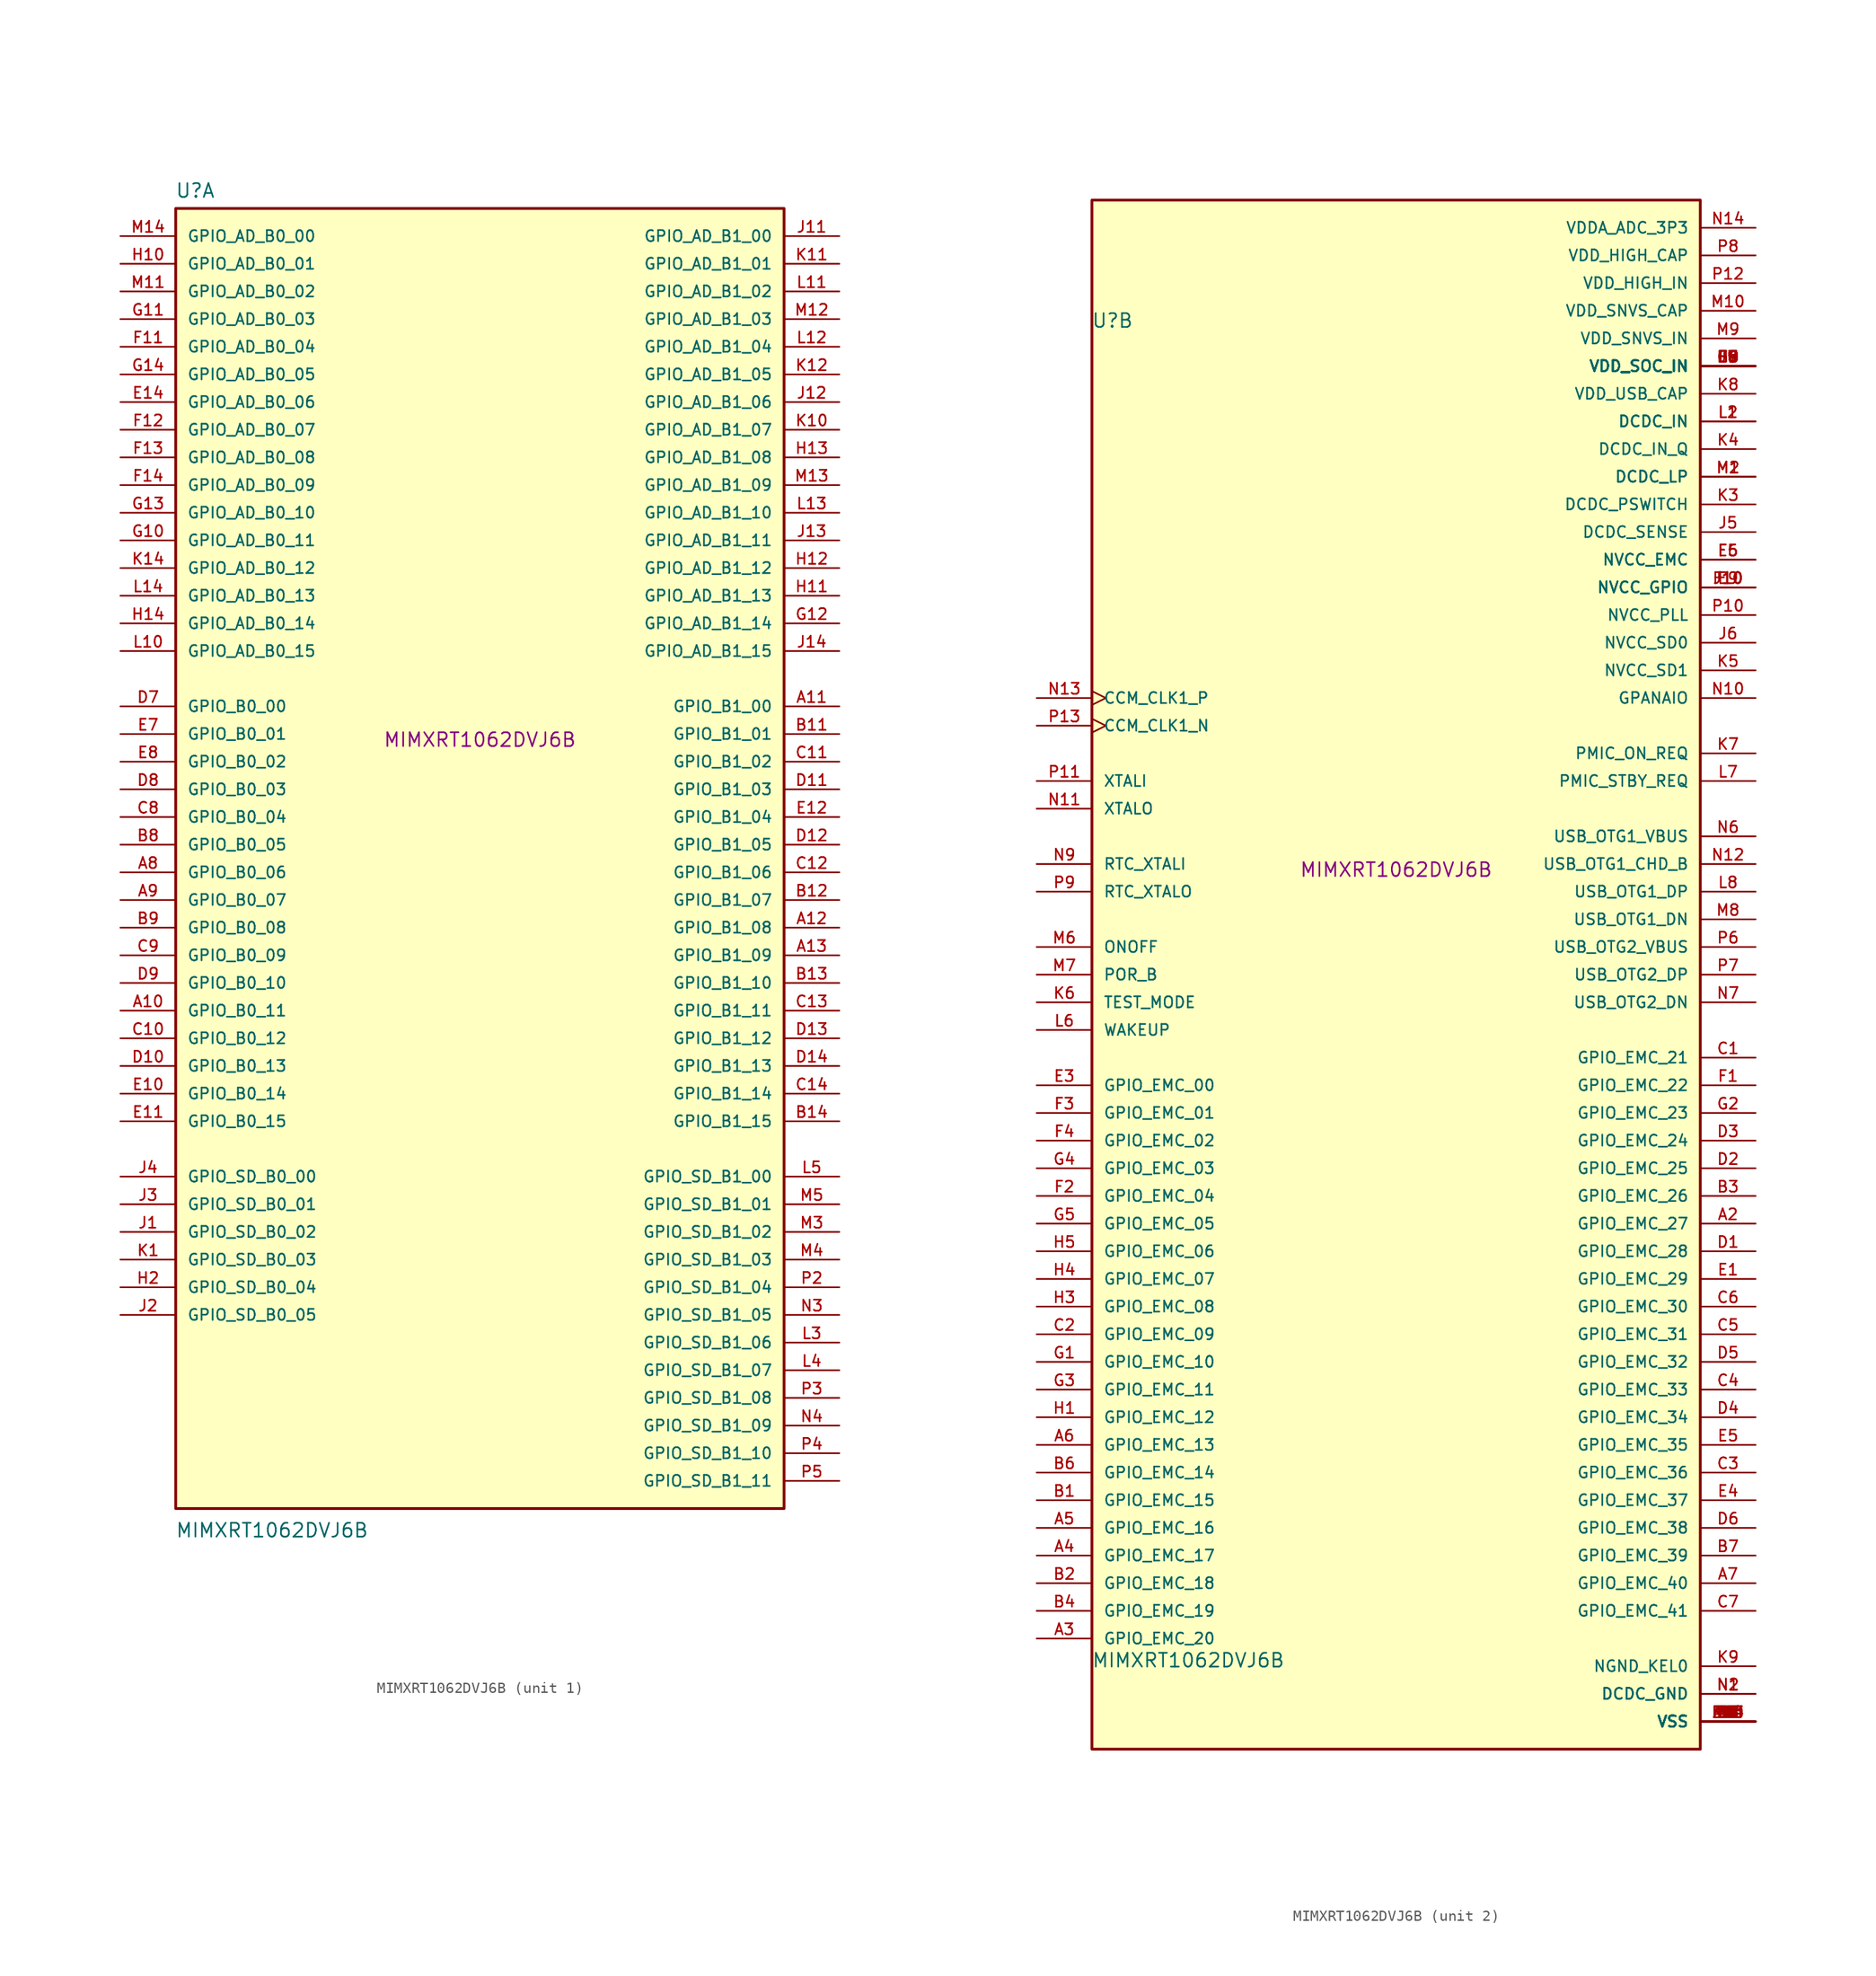
<source format=kicad_sym>
(kicad_symbol_lib
  (version 20220914)
  (generator kicad_symbol_editor)
  (symbol "MIMXRT1062DVJ6B"
    (pin_names
      (offset 1.016))
    (property "Reference" "U"
      (at -28.001 59.312 0)
      (effects (font (size 1.27 1.27)) (justify left bottom)))
    (property "Value" "MIMXRT1062DVJ6B"
      (at -27.986 -63.702 0)
      (effects (font (size 1.27 1.27)) (justify left bottom)))
    (property "MP" "MIMXRT1062DVJ6B"
      (at 0 8.89 0)
      (effects (font (size 1.27 1.27)) (justify bottom)))
    (symbol "MIMXRT1062DVJ6B_1_0"
      (rectangle (start -27.94 58.42) (end 27.94 -60.96) (stroke (width 0.254) (type default)) (fill (type background)))
      (pin bidirectional line (at -33.02 -15.24 0) (length 5.08) (name "GPIO_B0_11" (effects (font (size 1.016 1.016)))) (number "A10" (effects (font (size 1.016 1.016)))))
      (pin bidirectional line (at 33.02 12.7 180) (length 5.08) (name "GPIO_B1_00" (effects (font (size 1.016 1.016)))) (number "A11" (effects (font (size 1.016 1.016)))))
      (pin bidirectional line (at 33.02 -7.62 180) (length 5.08) (name "GPIO_B1_08" (effects (font (size 1.016 1.016)))) (number "A12" (effects (font (size 1.016 1.016)))))
      (pin bidirectional line (at 33.02 -10.16 180) (length 5.08) (name "GPIO_B1_09" (effects (font (size 1.016 1.016)))) (number "A13" (effects (font (size 1.016 1.016)))))
      (pin bidirectional line (at -33.02 -2.54 0) (length 5.08) (name "GPIO_B0_06" (effects (font (size 1.016 1.016)))) (number "A8" (effects (font (size 1.016 1.016)))))
      (pin bidirectional line (at -33.02 -5.08 0) (length 5.08) (name "GPIO_B0_07" (effects (font (size 1.016 1.016)))) (number "A9" (effects (font (size 1.016 1.016)))))
      (pin bidirectional line (at 33.02 10.16 180) (length 5.08) (name "GPIO_B1_01" (effects (font (size 1.016 1.016)))) (number "B11" (effects (font (size 1.016 1.016)))))
      (pin bidirectional line (at 33.02 -5.08 180) (length 5.08) (name "GPIO_B1_07" (effects (font (size 1.016 1.016)))) (number "B12" (effects (font (size 1.016 1.016)))))
      (pin bidirectional line (at 33.02 -12.7 180) (length 5.08) (name "GPIO_B1_10" (effects (font (size 1.016 1.016)))) (number "B13" (effects (font (size 1.016 1.016)))))
      (pin bidirectional line (at 33.02 -25.4 180) (length 5.08) (name "GPIO_B1_15" (effects (font (size 1.016 1.016)))) (number "B14" (effects (font (size 1.016 1.016)))))
      (pin bidirectional line (at -33.02 0 0) (length 5.08) (name "GPIO_B0_05" (effects (font (size 1.016 1.016)))) (number "B8" (effects (font (size 1.016 1.016)))))
      (pin bidirectional line (at -33.02 -7.62 0) (length 5.08) (name "GPIO_B0_08" (effects (font (size 1.016 1.016)))) (number "B9" (effects (font (size 1.016 1.016)))))
      (pin bidirectional line (at -33.02 -17.78 0) (length 5.08) (name "GPIO_B0_12" (effects (font (size 1.016 1.016)))) (number "C10" (effects (font (size 1.016 1.016)))))
      (pin bidirectional line (at 33.02 7.62 180) (length 5.08) (name "GPIO_B1_02" (effects (font (size 1.016 1.016)))) (number "C11" (effects (font (size 1.016 1.016)))))
      (pin bidirectional line (at 33.02 -2.54 180) (length 5.08) (name "GPIO_B1_06" (effects (font (size 1.016 1.016)))) (number "C12" (effects (font (size 1.016 1.016)))))
      (pin bidirectional line (at 33.02 -15.24 180) (length 5.08) (name "GPIO_B1_11" (effects (font (size 1.016 1.016)))) (number "C13" (effects (font (size 1.016 1.016)))))
      (pin bidirectional line (at 33.02 -22.86 180) (length 5.08) (name "GPIO_B1_14" (effects (font (size 1.016 1.016)))) (number "C14" (effects (font (size 1.016 1.016)))))
      (pin bidirectional line (at -33.02 2.54 0) (length 5.08) (name "GPIO_B0_04" (effects (font (size 1.016 1.016)))) (number "C8" (effects (font (size 1.016 1.016)))))
      (pin bidirectional line (at -33.02 -10.16 0) (length 5.08) (name "GPIO_B0_09" (effects (font (size 1.016 1.016)))) (number "C9" (effects (font (size 1.016 1.016)))))
      (pin bidirectional line (at -33.02 -20.32 0) (length 5.08) (name "GPIO_B0_13" (effects (font (size 1.016 1.016)))) (number "D10" (effects (font (size 1.016 1.016)))))
      (pin bidirectional line (at 33.02 5.08 180) (length 5.08) (name "GPIO_B1_03" (effects (font (size 1.016 1.016)))) (number "D11" (effects (font (size 1.016 1.016)))))
      (pin bidirectional line (at 33.02 0 180) (length 5.08) (name "GPIO_B1_05" (effects (font (size 1.016 1.016)))) (number "D12" (effects (font (size 1.016 1.016)))))
      (pin bidirectional line (at 33.02 -17.78 180) (length 5.08) (name "GPIO_B1_12" (effects (font (size 1.016 1.016)))) (number "D13" (effects (font (size 1.016 1.016)))))
      (pin bidirectional line (at 33.02 -20.32 180) (length 5.08) (name "GPIO_B1_13" (effects (font (size 1.016 1.016)))) (number "D14" (effects (font (size 1.016 1.016)))))
      (pin bidirectional line (at -33.02 12.7 0) (length 5.08) (name "GPIO_B0_00" (effects (font (size 1.016 1.016)))) (number "D7" (effects (font (size 1.016 1.016)))))
      (pin bidirectional line (at -33.02 5.08 0) (length 5.08) (name "GPIO_B0_03" (effects (font (size 1.016 1.016)))) (number "D8" (effects (font (size 1.016 1.016)))))
      (pin bidirectional line (at -33.02 -12.7 0) (length 5.08) (name "GPIO_B0_10" (effects (font (size 1.016 1.016)))) (number "D9" (effects (font (size 1.016 1.016)))))
      (pin bidirectional line (at -33.02 -22.86 0) (length 5.08) (name "GPIO_B0_14" (effects (font (size 1.016 1.016)))) (number "E10" (effects (font (size 1.016 1.016)))))
      (pin bidirectional line (at -33.02 -25.4 0) (length 5.08) (name "GPIO_B0_15" (effects (font (size 1.016 1.016)))) (number "E11" (effects (font (size 1.016 1.016)))))
      (pin bidirectional line (at 33.02 2.54 180) (length 5.08) (name "GPIO_B1_04" (effects (font (size 1.016 1.016)))) (number "E12" (effects (font (size 1.016 1.016)))))
      (pin bidirectional line (at -33.02 40.64 0) (length 5.08) (name "GPIO_AD_B0_06" (effects (font (size 1.016 1.016)))) (number "E14" (effects (font (size 1.016 1.016)))))
      (pin bidirectional line (at -33.02 10.16 0) (length 5.08) (name "GPIO_B0_01" (effects (font (size 1.016 1.016)))) (number "E7" (effects (font (size 1.016 1.016)))))
      (pin bidirectional line (at -33.02 7.62 0) (length 5.08) (name "GPIO_B0_02" (effects (font (size 1.016 1.016)))) (number "E8" (effects (font (size 1.016 1.016)))))
      (pin bidirectional line (at -33.02 45.72 0) (length 5.08) (name "GPIO_AD_B0_04" (effects (font (size 1.016 1.016)))) (number "F11" (effects (font (size 1.016 1.016)))))
      (pin bidirectional line (at -33.02 38.1 0) (length 5.08) (name "GPIO_AD_B0_07" (effects (font (size 1.016 1.016)))) (number "F12" (effects (font (size 1.016 1.016)))))
      (pin bidirectional line (at -33.02 35.56 0) (length 5.08) (name "GPIO_AD_B0_08" (effects (font (size 1.016 1.016)))) (number "F13" (effects (font (size 1.016 1.016)))))
      (pin bidirectional line (at -33.02 33.02 0) (length 5.08) (name "GPIO_AD_B0_09" (effects (font (size 1.016 1.016)))) (number "F14" (effects (font (size 1.016 1.016)))))
      (pin bidirectional line (at -33.02 27.94 0) (length 5.08) (name "GPIO_AD_B0_11" (effects (font (size 1.016 1.016)))) (number "G10" (effects (font (size 1.016 1.016)))))
      (pin bidirectional line (at -33.02 48.26 0) (length 5.08) (name "GPIO_AD_B0_03" (effects (font (size 1.016 1.016)))) (number "G11" (effects (font (size 1.016 1.016)))))
      (pin bidirectional line (at 33.02 20.32 180) (length 5.08) (name "GPIO_AD_B1_14" (effects (font (size 1.016 1.016)))) (number "G12" (effects (font (size 1.016 1.016)))))
      (pin bidirectional line (at -33.02 30.48 0) (length 5.08) (name "GPIO_AD_B0_10" (effects (font (size 1.016 1.016)))) (number "G13" (effects (font (size 1.016 1.016)))))
      (pin bidirectional line (at -33.02 43.18 0) (length 5.08) (name "GPIO_AD_B0_05" (effects (font (size 1.016 1.016)))) (number "G14" (effects (font (size 1.016 1.016)))))
      (pin bidirectional line (at -33.02 53.34 0) (length 5.08) (name "GPIO_AD_B0_01" (effects (font (size 1.016 1.016)))) (number "H10" (effects (font (size 1.016 1.016)))))
      (pin bidirectional line (at 33.02 22.86 180) (length 5.08) (name "GPIO_AD_B1_13" (effects (font (size 1.016 1.016)))) (number "H11" (effects (font (size 1.016 1.016)))))
      (pin bidirectional line (at 33.02 25.4 180) (length 5.08) (name "GPIO_AD_B1_12" (effects (font (size 1.016 1.016)))) (number "H12" (effects (font (size 1.016 1.016)))))
      (pin bidirectional line (at 33.02 35.56 180) (length 5.08) (name "GPIO_AD_B1_08" (effects (font (size 1.016 1.016)))) (number "H13" (effects (font (size 1.016 1.016)))))
      (pin bidirectional line (at -33.02 20.32 0) (length 5.08) (name "GPIO_AD_B0_14" (effects (font (size 1.016 1.016)))) (number "H14" (effects (font (size 1.016 1.016)))))
      (pin bidirectional line (at -33.02 -40.64 0) (length 5.08) (name "GPIO_SD_B0_04" (effects (font (size 1.016 1.016)))) (number "H2" (effects (font (size 1.016 1.016)))))
      (pin bidirectional line (at -33.02 -35.56 0) (length 5.08) (name "GPIO_SD_B0_02" (effects (font (size 1.016 1.016)))) (number "J1" (effects (font (size 1.016 1.016)))))
      (pin bidirectional line (at 33.02 55.88 180) (length 5.08) (name "GPIO_AD_B1_00" (effects (font (size 1.016 1.016)))) (number "J11" (effects (font (size 1.016 1.016)))))
      (pin bidirectional line (at 33.02 40.64 180) (length 5.08) (name "GPIO_AD_B1_06" (effects (font (size 1.016 1.016)))) (number "J12" (effects (font (size 1.016 1.016)))))
      (pin bidirectional line (at 33.02 27.94 180) (length 5.08) (name "GPIO_AD_B1_11" (effects (font (size 1.016 1.016)))) (number "J13" (effects (font (size 1.016 1.016)))))
      (pin bidirectional line (at 33.02 17.78 180) (length 5.08) (name "GPIO_AD_B1_15" (effects (font (size 1.016 1.016)))) (number "J14" (effects (font (size 1.016 1.016)))))
      (pin bidirectional line (at -33.02 -43.18 0) (length 5.08) (name "GPIO_SD_B0_05" (effects (font (size 1.016 1.016)))) (number "J2" (effects (font (size 1.016 1.016)))))
      (pin bidirectional line (at -33.02 -33.02 0) (length 5.08) (name "GPIO_SD_B0_01" (effects (font (size 1.016 1.016)))) (number "J3" (effects (font (size 1.016 1.016)))))
      (pin bidirectional line (at -33.02 -30.48 0) (length 5.08) (name "GPIO_SD_B0_00" (effects (font (size 1.016 1.016)))) (number "J4" (effects (font (size 1.016 1.016)))))
      (pin bidirectional line (at -33.02 -38.1 0) (length 5.08) (name "GPIO_SD_B0_03" (effects (font (size 1.016 1.016)))) (number "K1" (effects (font (size 1.016 1.016)))))
      (pin bidirectional line (at 33.02 38.1 180) (length 5.08) (name "GPIO_AD_B1_07" (effects (font (size 1.016 1.016)))) (number "K10" (effects (font (size 1.016 1.016)))))
      (pin bidirectional line (at 33.02 53.34 180) (length 5.08) (name "GPIO_AD_B1_01" (effects (font (size 1.016 1.016)))) (number "K11" (effects (font (size 1.016 1.016)))))
      (pin bidirectional line (at 33.02 43.18 180) (length 5.08) (name "GPIO_AD_B1_05" (effects (font (size 1.016 1.016)))) (number "K12" (effects (font (size 1.016 1.016)))))
      (pin bidirectional line (at -33.02 25.4 0) (length 5.08) (name "GPIO_AD_B0_12" (effects (font (size 1.016 1.016)))) (number "K14" (effects (font (size 1.016 1.016)))))
      (pin bidirectional line (at -33.02 17.78 0) (length 5.08) (name "GPIO_AD_B0_15" (effects (font (size 1.016 1.016)))) (number "L10" (effects (font (size 1.016 1.016)))))
      (pin bidirectional line (at 33.02 50.8 180) (length 5.08) (name "GPIO_AD_B1_02" (effects (font (size 1.016 1.016)))) (number "L11" (effects (font (size 1.016 1.016)))))
      (pin bidirectional line (at 33.02 45.72 180) (length 5.08) (name "GPIO_AD_B1_04" (effects (font (size 1.016 1.016)))) (number "L12" (effects (font (size 1.016 1.016)))))
      (pin bidirectional line (at 33.02 30.48 180) (length 5.08) (name "GPIO_AD_B1_10" (effects (font (size 1.016 1.016)))) (number "L13" (effects (font (size 1.016 1.016)))))
      (pin bidirectional line (at -33.02 22.86 0) (length 5.08) (name "GPIO_AD_B0_13" (effects (font (size 1.016 1.016)))) (number "L14" (effects (font (size 1.016 1.016)))))
      (pin bidirectional line (at 33.02 -45.72 180) (length 5.08) (name "GPIO_SD_B1_06" (effects (font (size 1.016 1.016)))) (number "L3" (effects (font (size 1.016 1.016)))))
      (pin bidirectional line (at 33.02 -48.26 180) (length 5.08) (name "GPIO_SD_B1_07" (effects (font (size 1.016 1.016)))) (number "L4" (effects (font (size 1.016 1.016)))))
      (pin bidirectional line (at 33.02 -30.48 180) (length 5.08) (name "GPIO_SD_B1_00" (effects (font (size 1.016 1.016)))) (number "L5" (effects (font (size 1.016 1.016)))))
      (pin bidirectional line (at -33.02 50.8 0) (length 5.08) (name "GPIO_AD_B0_02" (effects (font (size 1.016 1.016)))) (number "M11" (effects (font (size 1.016 1.016)))))
      (pin bidirectional line (at 33.02 48.26 180) (length 5.08) (name "GPIO_AD_B1_03" (effects (font (size 1.016 1.016)))) (number "M12" (effects (font (size 1.016 1.016)))))
      (pin bidirectional line (at 33.02 33.02 180) (length 5.08) (name "GPIO_AD_B1_09" (effects (font (size 1.016 1.016)))) (number "M13" (effects (font (size 1.016 1.016)))))
      (pin bidirectional line (at -33.02 55.88 0) (length 5.08) (name "GPIO_AD_B0_00" (effects (font (size 1.016 1.016)))) (number "M14" (effects (font (size 1.016 1.016)))))
      (pin bidirectional line (at 33.02 -35.56 180) (length 5.08) (name "GPIO_SD_B1_02" (effects (font (size 1.016 1.016)))) (number "M3" (effects (font (size 1.016 1.016)))))
      (pin bidirectional line (at 33.02 -38.1 180) (length 5.08) (name "GPIO_SD_B1_03" (effects (font (size 1.016 1.016)))) (number "M4" (effects (font (size 1.016 1.016)))))
      (pin bidirectional line (at 33.02 -33.02 180) (length 5.08) (name "GPIO_SD_B1_01" (effects (font (size 1.016 1.016)))) (number "M5" (effects (font (size 1.016 1.016)))))
      (pin bidirectional line (at 33.02 -43.18 180) (length 5.08) (name "GPIO_SD_B1_05" (effects (font (size 1.016 1.016)))) (number "N3" (effects (font (size 1.016 1.016)))))
      (pin bidirectional line (at 33.02 -53.34 180) (length 5.08) (name "GPIO_SD_B1_09" (effects (font (size 1.016 1.016)))) (number "N4" (effects (font (size 1.016 1.016)))))
      (pin bidirectional line (at 33.02 -40.64 180) (length 5.08) (name "GPIO_SD_B1_04" (effects (font (size 1.016 1.016)))) (number "P2" (effects (font (size 1.016 1.016)))))
      (pin bidirectional line (at 33.02 -50.8 180) (length 5.08) (name "GPIO_SD_B1_08" (effects (font (size 1.016 1.016)))) (number "P3" (effects (font (size 1.016 1.016)))))
      (pin bidirectional line (at 33.02 -55.88 180) (length 5.08) (name "GPIO_SD_B1_10" (effects (font (size 1.016 1.016)))) (number "P4" (effects (font (size 1.016 1.016)))))
      (pin bidirectional line (at 33.02 -58.42 180) (length 5.08) (name "GPIO_SD_B1_11" (effects (font (size 1.016 1.016)))) (number "P5" (effects (font (size 1.016 1.016))))))
    (symbol "MIMXRT1062DVJ6B_2_0"
      (rectangle (start -27.94 -71.12) (end 27.94 71.12) (stroke (width 0.254) (type default)) (fill (type background)))
      (pin power_in line (at 33.02 -68.58 180) (length 5.08) (name "VSS" (effects (font (size 1.016 1.016)))) (number "A1" (effects (font (size 1.016 1.016)))))
      (pin power_in line (at 33.02 -68.58 180) (length 5.08) (name "VSS" (effects (font (size 1.016 1.016)))) (number "A14" (effects (font (size 1.016 1.016)))))
      (pin bidirectional line (at 33.02 -22.86 180) (length 5.08) (name "GPIO_EMC_27" (effects (font (size 1.016 1.016)))) (number "A2" (effects (font (size 1.016 1.016)))))
      (pin bidirectional line (at -33.02 -60.96 0) (length 5.08) (name "GPIO_EMC_20" (effects (font (size 1.016 1.016)))) (number "A3" (effects (font (size 1.016 1.016)))))
      (pin bidirectional line (at -33.02 -53.34 0) (length 5.08) (name "GPIO_EMC_17" (effects (font (size 1.016 1.016)))) (number "A4" (effects (font (size 1.016 1.016)))))
      (pin bidirectional line (at -33.02 -50.8 0) (length 5.08) (name "GPIO_EMC_16" (effects (font (size 1.016 1.016)))) (number "A5" (effects (font (size 1.016 1.016)))))
      (pin bidirectional line (at -33.02 -43.18 0) (length 5.08) (name "GPIO_EMC_13" (effects (font (size 1.016 1.016)))) (number "A6" (effects (font (size 1.016 1.016)))))
      (pin bidirectional line (at 33.02 -55.88 180) (length 5.08) (name "GPIO_EMC_40" (effects (font (size 1.016 1.016)))) (number "A7" (effects (font (size 1.016 1.016)))))
      (pin bidirectional line (at -33.02 -48.26 0) (length 5.08) (name "GPIO_EMC_15" (effects (font (size 1.016 1.016)))) (number "B1" (effects (font (size 1.016 1.016)))))
      (pin power_in line (at 33.02 -68.58 180) (length 5.08) (name "VSS" (effects (font (size 1.016 1.016)))) (number "B10" (effects (font (size 1.016 1.016)))))
      (pin bidirectional line (at -33.02 -55.88 0) (length 5.08) (name "GPIO_EMC_18" (effects (font (size 1.016 1.016)))) (number "B2" (effects (font (size 1.016 1.016)))))
      (pin bidirectional line (at 33.02 -20.32 180) (length 5.08) (name "GPIO_EMC_26" (effects (font (size 1.016 1.016)))) (number "B3" (effects (font (size 1.016 1.016)))))
      (pin bidirectional line (at -33.02 -58.42 0) (length 5.08) (name "GPIO_EMC_19" (effects (font (size 1.016 1.016)))) (number "B4" (effects (font (size 1.016 1.016)))))
      (pin power_in line (at 33.02 -68.58 180) (length 5.08) (name "VSS" (effects (font (size 1.016 1.016)))) (number "B5" (effects (font (size 1.016 1.016)))))
      (pin bidirectional line (at -33.02 -45.72 0) (length 5.08) (name "GPIO_EMC_14" (effects (font (size 1.016 1.016)))) (number "B6" (effects (font (size 1.016 1.016)))))
      (pin bidirectional line (at 33.02 -53.34 180) (length 5.08) (name "GPIO_EMC_39" (effects (font (size 1.016 1.016)))) (number "B7" (effects (font (size 1.016 1.016)))))
      (pin bidirectional line (at 33.02 -7.62 180) (length 5.08) (name "GPIO_EMC_21" (effects (font (size 1.016 1.016)))) (number "C1" (effects (font (size 1.016 1.016)))))
      (pin bidirectional line (at -33.02 -33.02 0) (length 5.08) (name "GPIO_EMC_09" (effects (font (size 1.016 1.016)))) (number "C2" (effects (font (size 1.016 1.016)))))
      (pin bidirectional line (at 33.02 -45.72 180) (length 5.08) (name "GPIO_EMC_36" (effects (font (size 1.016 1.016)))) (number "C3" (effects (font (size 1.016 1.016)))))
      (pin bidirectional line (at 33.02 -38.1 180) (length 5.08) (name "GPIO_EMC_33" (effects (font (size 1.016 1.016)))) (number "C4" (effects (font (size 1.016 1.016)))))
      (pin bidirectional line (at 33.02 -33.02 180) (length 5.08) (name "GPIO_EMC_31" (effects (font (size 1.016 1.016)))) (number "C5" (effects (font (size 1.016 1.016)))))
      (pin bidirectional line (at 33.02 -30.48 180) (length 5.08) (name "GPIO_EMC_30" (effects (font (size 1.016 1.016)))) (number "C6" (effects (font (size 1.016 1.016)))))
      (pin bidirectional line (at 33.02 -58.42 180) (length 5.08) (name "GPIO_EMC_41" (effects (font (size 1.016 1.016)))) (number "C7" (effects (font (size 1.016 1.016)))))
      (pin bidirectional line (at 33.02 -25.4 180) (length 5.08) (name "GPIO_EMC_28" (effects (font (size 1.016 1.016)))) (number "D1" (effects (font (size 1.016 1.016)))))
      (pin bidirectional line (at 33.02 -17.78 180) (length 5.08) (name "GPIO_EMC_25" (effects (font (size 1.016 1.016)))) (number "D2" (effects (font (size 1.016 1.016)))))
      (pin bidirectional line (at 33.02 -15.24 180) (length 5.08) (name "GPIO_EMC_24" (effects (font (size 1.016 1.016)))) (number "D3" (effects (font (size 1.016 1.016)))))
      (pin bidirectional line (at 33.02 -40.64 180) (length 5.08) (name "GPIO_EMC_34" (effects (font (size 1.016 1.016)))) (number "D4" (effects (font (size 1.016 1.016)))))
      (pin bidirectional line (at 33.02 -35.56 180) (length 5.08) (name "GPIO_EMC_32" (effects (font (size 1.016 1.016)))) (number "D5" (effects (font (size 1.016 1.016)))))
      (pin bidirectional line (at 33.02 -50.8 180) (length 5.08) (name "GPIO_EMC_38" (effects (font (size 1.016 1.016)))) (number "D6" (effects (font (size 1.016 1.016)))))
      (pin bidirectional line (at 33.02 -27.94 180) (length 5.08) (name "GPIO_EMC_29" (effects (font (size 1.016 1.016)))) (number "E1" (effects (font (size 1.016 1.016)))))
      (pin power_in line (at 33.02 -68.58 180) (length 5.08) (name "VSS" (effects (font (size 1.016 1.016)))) (number "E13" (effects (font (size 1.016 1.016)))))
      (pin power_in line (at 33.02 -68.58 180) (length 5.08) (name "VSS" (effects (font (size 1.016 1.016)))) (number "E2" (effects (font (size 1.016 1.016)))))
      (pin bidirectional line (at -33.02 -10.16 0) (length 5.08) (name "GPIO_EMC_00" (effects (font (size 1.016 1.016)))) (number "E3" (effects (font (size 1.016 1.016)))))
      (pin bidirectional line (at 33.02 -48.26 180) (length 5.08) (name "GPIO_EMC_37" (effects (font (size 1.016 1.016)))) (number "E4" (effects (font (size 1.016 1.016)))))
      (pin bidirectional line (at 33.02 -43.18 180) (length 5.08) (name "GPIO_EMC_35" (effects (font (size 1.016 1.016)))) (number "E5" (effects (font (size 1.016 1.016)))))
      (pin power_in line (at 33.02 38.1 180) (length 5.08) (name "NVCC_EMC" (effects (font (size 1.016 1.016)))) (number "E6" (effects (font (size 1.016 1.016)))))
      (pin power_in line (at 33.02 35.56 180) (length 5.08) (name "NVCC_GPIO" (effects (font (size 1.016 1.016)))) (number "E9" (effects (font (size 1.016 1.016)))))
      (pin bidirectional line (at 33.02 -10.16 180) (length 5.08) (name "GPIO_EMC_22" (effects (font (size 1.016 1.016)))) (number "F1" (effects (font (size 1.016 1.016)))))
      (pin power_in line (at 33.02 35.56 180) (length 5.08) (name "NVCC_GPIO" (effects (font (size 1.016 1.016)))) (number "F10" (effects (font (size 1.016 1.016)))))
      (pin bidirectional line (at -33.02 -20.32 0) (length 5.08) (name "GPIO_EMC_04" (effects (font (size 1.016 1.016)))) (number "F2" (effects (font (size 1.016 1.016)))))
      (pin bidirectional line (at -33.02 -12.7 0) (length 5.08) (name "GPIO_EMC_01" (effects (font (size 1.016 1.016)))) (number "F3" (effects (font (size 1.016 1.016)))))
      (pin bidirectional line (at -33.02 -15.24 0) (length 5.08) (name "GPIO_EMC_02" (effects (font (size 1.016 1.016)))) (number "F4" (effects (font (size 1.016 1.016)))))
      (pin power_in line (at 33.02 38.1 180) (length 5.08) (name "NVCC_EMC" (effects (font (size 1.016 1.016)))) (number "F5" (effects (font (size 1.016 1.016)))))
      (pin power_in line (at 33.02 55.88 180) (length 5.08) (name "VDD_SOC_IN" (effects (font (size 1.016 1.016)))) (number "F6" (effects (font (size 1.016 1.016)))))
      (pin power_in line (at 33.02 55.88 180) (length 5.08) (name "VDD_SOC_IN" (effects (font (size 1.016 1.016)))) (number "F7" (effects (font (size 1.016 1.016)))))
      (pin power_in line (at 33.02 55.88 180) (length 5.08) (name "VDD_SOC_IN" (effects (font (size 1.016 1.016)))) (number "F8" (effects (font (size 1.016 1.016)))))
      (pin power_in line (at 33.02 55.88 180) (length 5.08) (name "VDD_SOC_IN" (effects (font (size 1.016 1.016)))) (number "F9" (effects (font (size 1.016 1.016)))))
      (pin bidirectional line (at -33.02 -35.56 0) (length 5.08) (name "GPIO_EMC_10" (effects (font (size 1.016 1.016)))) (number "G1" (effects (font (size 1.016 1.016)))))
      (pin bidirectional line (at 33.02 -12.7 180) (length 5.08) (name "GPIO_EMC_23" (effects (font (size 1.016 1.016)))) (number "G2" (effects (font (size 1.016 1.016)))))
      (pin bidirectional line (at -33.02 -38.1 0) (length 5.08) (name "GPIO_EMC_11" (effects (font (size 1.016 1.016)))) (number "G3" (effects (font (size 1.016 1.016)))))
      (pin bidirectional line (at -33.02 -17.78 0) (length 5.08) (name "GPIO_EMC_03" (effects (font (size 1.016 1.016)))) (number "G4" (effects (font (size 1.016 1.016)))))
      (pin bidirectional line (at -33.02 -22.86 0) (length 5.08) (name "GPIO_EMC_05" (effects (font (size 1.016 1.016)))) (number "G5" (effects (font (size 1.016 1.016)))))
      (pin power_in line (at 33.02 55.88 180) (length 5.08) (name "VDD_SOC_IN" (effects (font (size 1.016 1.016)))) (number "G6" (effects (font (size 1.016 1.016)))))
      (pin power_in line (at 33.02 -68.58 180) (length 5.08) (name "VSS" (effects (font (size 1.016 1.016)))) (number "G7" (effects (font (size 1.016 1.016)))))
      (pin power_in line (at 33.02 -68.58 180) (length 5.08) (name "VSS" (effects (font (size 1.016 1.016)))) (number "G8" (effects (font (size 1.016 1.016)))))
      (pin power_in line (at 33.02 55.88 180) (length 5.08) (name "VDD_SOC_IN" (effects (font (size 1.016 1.016)))) (number "G9" (effects (font (size 1.016 1.016)))))
      (pin bidirectional line (at -33.02 -40.64 0) (length 5.08) (name "GPIO_EMC_12" (effects (font (size 1.016 1.016)))) (number "H1" (effects (font (size 1.016 1.016)))))
      (pin bidirectional line (at -33.02 -30.48 0) (length 5.08) (name "GPIO_EMC_08" (effects (font (size 1.016 1.016)))) (number "H3" (effects (font (size 1.016 1.016)))))
      (pin bidirectional line (at -33.02 -27.94 0) (length 5.08) (name "GPIO_EMC_07" (effects (font (size 1.016 1.016)))) (number "H4" (effects (font (size 1.016 1.016)))))
      (pin bidirectional line (at -33.02 -25.4 0) (length 5.08) (name "GPIO_EMC_06" (effects (font (size 1.016 1.016)))) (number "H5" (effects (font (size 1.016 1.016)))))
      (pin power_in line (at 33.02 55.88 180) (length 5.08) (name "VDD_SOC_IN" (effects (font (size 1.016 1.016)))) (number "H6" (effects (font (size 1.016 1.016)))))
      (pin power_in line (at 33.02 -68.58 180) (length 5.08) (name "VSS" (effects (font (size 1.016 1.016)))) (number "H7" (effects (font (size 1.016 1.016)))))
      (pin power_in line (at 33.02 -68.58 180) (length 5.08) (name "VSS" (effects (font (size 1.016 1.016)))) (number "H8" (effects (font (size 1.016 1.016)))))
      (pin power_in line (at 33.02 55.88 180) (length 5.08) (name "VDD_SOC_IN" (effects (font (size 1.016 1.016)))) (number "H9" (effects (font (size 1.016 1.016)))))
      (pin power_in line (at 33.02 35.56 180) (length 5.08) (name "NVCC_GPIO" (effects (font (size 1.016 1.016)))) (number "J10" (effects (font (size 1.016 1.016)))))
      (pin power_in line (at 33.02 40.64 180) (length 5.08) (name "DCDC_SENSE" (effects (font (size 1.016 1.016)))) (number "J5" (effects (font (size 1.016 1.016)))))
      (pin power_in line (at 33.02 30.48 180) (length 5.08) (name "NVCC_SD0" (effects (font (size 1.016 1.016)))) (number "J6" (effects (font (size 1.016 1.016)))))
      (pin power_in line (at 33.02 -68.58 180) (length 5.08) (name "VSS" (effects (font (size 1.016 1.016)))) (number "J7" (effects (font (size 1.016 1.016)))))
      (pin power_in line (at 33.02 -68.58 180) (length 5.08) (name "VSS" (effects (font (size 1.016 1.016)))) (number "J8" (effects (font (size 1.016 1.016)))))
      (pin power_in line (at 33.02 55.88 180) (length 5.08) (name "VDD_SOC_IN" (effects (font (size 1.016 1.016)))) (number "J9" (effects (font (size 1.016 1.016)))))
      (pin power_in line (at 33.02 -68.58 180) (length 5.08) (name "VSS" (effects (font (size 1.016 1.016)))) (number "K13" (effects (font (size 1.016 1.016)))))
      (pin power_in line (at 33.02 -68.58 180) (length 5.08) (name "VSS" (effects (font (size 1.016 1.016)))) (number "K2" (effects (font (size 1.016 1.016)))))
      (pin power_in line (at 33.02 43.18 180) (length 5.08) (name "DCDC_PSWITCH" (effects (font (size 1.016 1.016)))) (number "K3" (effects (font (size 1.016 1.016)))))
      (pin power_in line (at 33.02 48.26 180) (length 5.08) (name "DCDC_IN_Q" (effects (font (size 1.016 1.016)))) (number "K4" (effects (font (size 1.016 1.016)))))
      (pin power_in line (at 33.02 27.94 180) (length 5.08) (name "NVCC_SD1" (effects (font (size 1.016 1.016)))) (number "K5" (effects (font (size 1.016 1.016)))))
      (pin bidirectional line (at -33.02 -2.54 0) (length 5.08) (name "TEST_MODE" (effects (font (size 1.016 1.016)))) (number "K6" (effects (font (size 1.016 1.016)))))
      (pin bidirectional line (at 33.02 20.32 180) (length 5.08) (name "PMIC_ON_REQ" (effects (font (size 1.016 1.016)))) (number "K7" (effects (font (size 1.016 1.016)))))
      (pin power_in line (at 33.02 53.34 180) (length 5.08) (name "VDD_USB_CAP" (effects (font (size 1.016 1.016)))) (number "K8" (effects (font (size 1.016 1.016)))))
      (pin power_in line (at 33.02 -63.5 180) (length 5.08) (name "NGND_KEL0" (effects (font (size 1.016 1.016)))) (number "K9" (effects (font (size 1.016 1.016)))))
      (pin power_in line (at 33.02 50.8 180) (length 5.08) (name "DCDC_IN" (effects (font (size 1.016 1.016)))) (number "L1" (effects (font (size 1.016 1.016)))))
      (pin power_in line (at 33.02 50.8 180) (length 5.08) (name "DCDC_IN" (effects (font (size 1.016 1.016)))) (number "L2" (effects (font (size 1.016 1.016)))))
      (pin bidirectional line (at -33.02 -5.08 0) (length 5.08) (name "WAKEUP" (effects (font (size 1.016 1.016)))) (number "L6" (effects (font (size 1.016 1.016)))))
      (pin bidirectional line (at 33.02 17.78 180) (length 5.08) (name "PMIC_STBY_REQ" (effects (font (size 1.016 1.016)))) (number "L7" (effects (font (size 1.016 1.016)))))
      (pin bidirectional line (at 33.02 7.62 180) (length 5.08) (name "USB_OTG1_DP" (effects (font (size 1.016 1.016)))) (number "L8" (effects (font (size 1.016 1.016)))))
      (pin power_in line (at 33.02 -68.58 180) (length 5.08) (name "VSS" (effects (font (size 1.016 1.016)))) (number "L9" (effects (font (size 1.016 1.016)))))
      (pin power_in line (at 33.02 45.72 180) (length 5.08) (name "DCDC_LP" (effects (font (size 1.016 1.016)))) (number "M1" (effects (font (size 1.016 1.016)))))
      (pin power_in line (at 33.02 60.96 180) (length 5.08) (name "VDD_SNVS_CAP" (effects (font (size 1.016 1.016)))) (number "M10" (effects (font (size 1.016 1.016)))))
      (pin power_in line (at 33.02 45.72 180) (length 5.08) (name "DCDC_LP" (effects (font (size 1.016 1.016)))) (number "M2" (effects (font (size 1.016 1.016)))))
      (pin bidirectional line (at -33.02 2.54 0) (length 5.08) (name "ONOFF" (effects (font (size 1.016 1.016)))) (number "M6" (effects (font (size 1.016 1.016)))))
      (pin bidirectional line (at -33.02 0 0) (length 5.08) (name "POR_B" (effects (font (size 1.016 1.016)))) (number "M7" (effects (font (size 1.016 1.016)))))
      (pin bidirectional line (at 33.02 5.08 180) (length 5.08) (name "USB_OTG1_DN" (effects (font (size 1.016 1.016)))) (number "M8" (effects (font (size 1.016 1.016)))))
      (pin power_in line (at 33.02 58.42 180) (length 5.08) (name "VDD_SNVS_IN" (effects (font (size 1.016 1.016)))) (number "M9" (effects (font (size 1.016 1.016)))))
      (pin power_in line (at 33.02 -66.04 180) (length 5.08) (name "DCDC_GND" (effects (font (size 1.016 1.016)))) (number "N1" (effects (font (size 1.016 1.016)))))
      (pin power_in line (at 33.02 25.4 180) (length 5.08) (name "GPANAIO" (effects (font (size 1.016 1.016)))) (number "N10" (effects (font (size 1.016 1.016)))))
      (pin output line (at -33.02 15.24 0) (length 5.08) (name "XTALO" (effects (font (size 1.016 1.016)))) (number "N11" (effects (font (size 1.016 1.016)))))
      (pin bidirectional line (at 33.02 10.16 180) (length 5.08) (name "USB_OTG1_CHD_B" (effects (font (size 1.016 1.016)))) (number "N12" (effects (font (size 1.016 1.016)))))
      (pin input clock (at -33.02 25.4 0) (length 5.08) (name "CCM_CLK1_P" (effects (font (size 1.016 1.016)))) (number "N13" (effects (font (size 1.016 1.016)))))
      (pin power_in line (at 33.02 68.58 180) (length 5.08) (name "VDDA_ADC_3P3" (effects (font (size 1.016 1.016)))) (number "N14" (effects (font (size 1.016 1.016)))))
      (pin power_in line (at 33.02 -66.04 180) (length 5.08) (name "DCDC_GND" (effects (font (size 1.016 1.016)))) (number "N2" (effects (font (size 1.016 1.016)))))
      (pin power_in line (at 33.02 -68.58 180) (length 5.08) (name "VSS" (effects (font (size 1.016 1.016)))) (number "N5" (effects (font (size 1.016 1.016)))))
      (pin bidirectional line (at 33.02 12.7 180) (length 5.08) (name "USB_OTG1_VBUS" (effects (font (size 1.016 1.016)))) (number "N6" (effects (font (size 1.016 1.016)))))
      (pin bidirectional line (at 33.02 -2.54 180) (length 5.08) (name "USB_OTG2_DN" (effects (font (size 1.016 1.016)))) (number "N7" (effects (font (size 1.016 1.016)))))
      (pin power_in line (at 33.02 -68.58 180) (length 5.08) (name "VSS" (effects (font (size 1.016 1.016)))) (number "N8" (effects (font (size 1.016 1.016)))))
      (pin input line (at -33.02 10.16 0) (length 5.08) (name "RTC_XTALI" (effects (font (size 1.016 1.016)))) (number "N9" (effects (font (size 1.016 1.016)))))
      (pin power_in line (at 33.02 -68.58 180) (length 5.08) (name "VSS" (effects (font (size 1.016 1.016)))) (number "P1" (effects (font (size 1.016 1.016)))))
      (pin power_in line (at 33.02 33.02 180) (length 5.08) (name "NVCC_PLL" (effects (font (size 1.016 1.016)))) (number "P10" (effects (font (size 1.016 1.016)))))
      (pin input line (at -33.02 17.78 0) (length 5.08) (name "XTALI" (effects (font (size 1.016 1.016)))) (number "P11" (effects (font (size 1.016 1.016)))))
      (pin power_in line (at 33.02 63.5 180) (length 5.08) (name "VDD_HIGH_IN" (effects (font (size 1.016 1.016)))) (number "P12" (effects (font (size 1.016 1.016)))))
      (pin input clock (at -33.02 22.86 0) (length 5.08) (name "CCM_CLK1_N" (effects (font (size 1.016 1.016)))) (number "P13" (effects (font (size 1.016 1.016)))))
      (pin power_in line (at 33.02 -68.58 180) (length 5.08) (name "VSS" (effects (font (size 1.016 1.016)))) (number "P14" (effects (font (size 1.016 1.016)))))
      (pin bidirectional line (at 33.02 2.54 180) (length 5.08) (name "USB_OTG2_VBUS" (effects (font (size 1.016 1.016)))) (number "P6" (effects (font (size 1.016 1.016)))))
      (pin bidirectional line (at 33.02 0 180) (length 5.08) (name "USB_OTG2_DP" (effects (font (size 1.016 1.016)))) (number "P7" (effects (font (size 1.016 1.016)))))
      (pin power_in line (at 33.02 66.04 180) (length 5.08) (name "VDD_HIGH_CAP" (effects (font (size 1.016 1.016)))) (number "P8" (effects (font (size 1.016 1.016)))))
      (pin output line (at -33.02 7.62 0) (length 5.08) (name "RTC_XTALO" (effects (font (size 1.016 1.016)))) (number "P9" (effects (font (size 1.016 1.016))))))))
</source>
